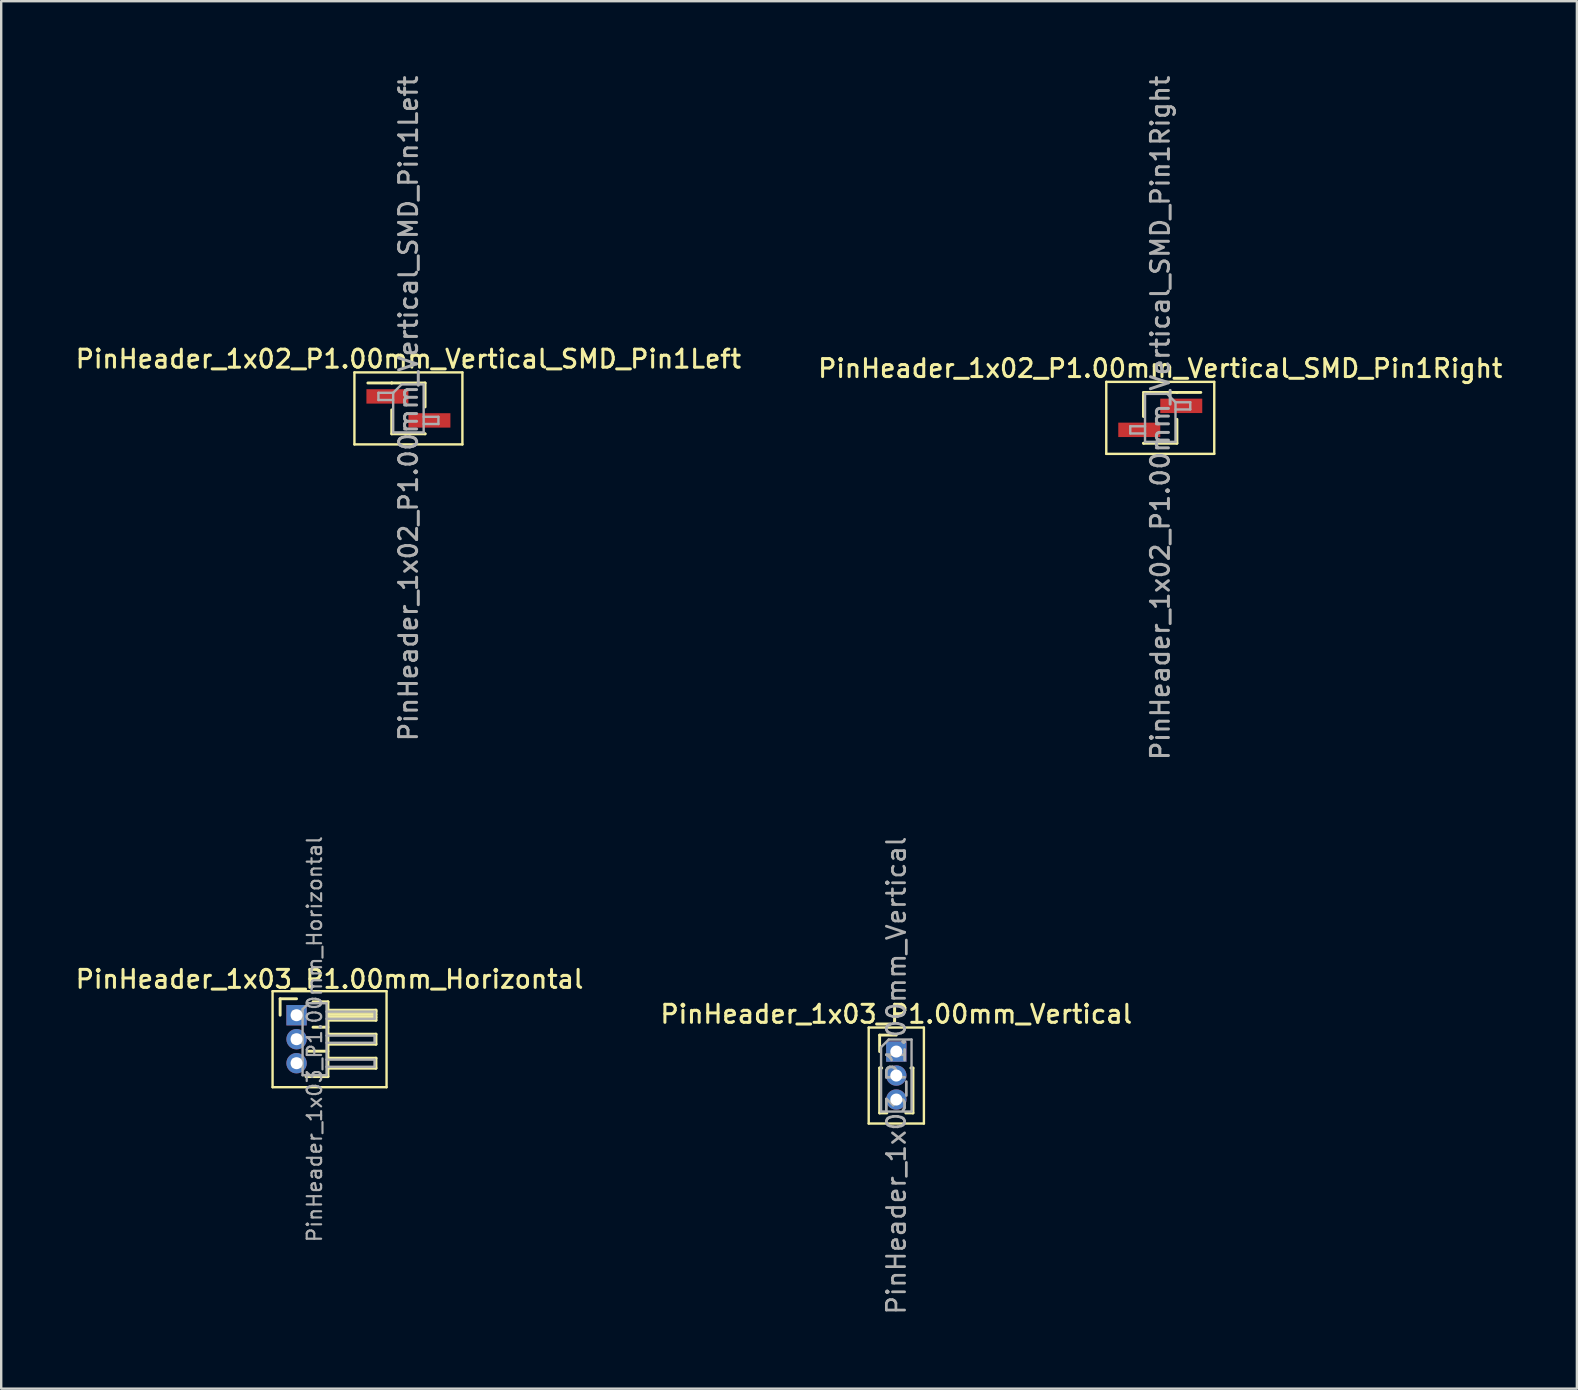
<source format=kicad_pcb>
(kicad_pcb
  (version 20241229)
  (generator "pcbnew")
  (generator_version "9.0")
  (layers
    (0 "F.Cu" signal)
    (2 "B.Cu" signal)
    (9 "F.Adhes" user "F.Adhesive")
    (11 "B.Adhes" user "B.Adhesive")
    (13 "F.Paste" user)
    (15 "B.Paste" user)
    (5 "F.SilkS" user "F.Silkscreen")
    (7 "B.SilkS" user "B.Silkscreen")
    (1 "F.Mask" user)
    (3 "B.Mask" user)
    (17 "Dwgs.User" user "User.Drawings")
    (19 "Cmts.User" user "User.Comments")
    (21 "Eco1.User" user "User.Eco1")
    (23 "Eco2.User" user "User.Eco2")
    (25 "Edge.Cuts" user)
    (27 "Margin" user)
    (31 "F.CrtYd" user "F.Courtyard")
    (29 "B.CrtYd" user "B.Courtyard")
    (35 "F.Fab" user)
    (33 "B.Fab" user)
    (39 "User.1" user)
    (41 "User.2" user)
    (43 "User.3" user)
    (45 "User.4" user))
  (footprint "PinHeader_1x03_P1.00mm_Horizontal"
    (layer "F.Cu")
    (at 9.309 39.257)
    (property "Reference" "PinHeader_1x03_P1.00mm_Horizontal" (at 1.375 -1.5 0) (layer "F.SilkS") (effects (font (size 0.75 0.75) (thickness 0.125))))
    (attr through_hole)
    (fp_line (start -1 -1) (end -1 3) (stroke (width 0.1) (type solid)) (layer "F.SilkS"))
    (fp_line (start -1 3) (end 3.75 3) (stroke (width 0.1) (type solid)) (layer "F.SilkS"))
    (fp_line (start -0.685 -0.685) (end 0 -0.685) (stroke (width 0.12) (type solid)) (layer "F.SilkS"))
    (fp_line (start -0.685 0) (end -0.685 -0.685) (stroke (width 0.12) (type solid)) (layer "F.SilkS"))
    (fp_line (start 0.468 1.5) (end 1.31 1.5) (stroke (width 0.12) (type solid)) (layer "F.SilkS"))
    (fp_line (start 0.685 -0.56) (end 1.31 -0.56) (stroke (width 0.12) (type solid)) (layer "F.SilkS"))
    (fp_line (start 0.685 0.5) (end 1.31 0.5) (stroke (width 0.12) (type solid)) (layer "F.SilkS"))
    (fp_line (start 1.31 -0.56) (end 1.31 2.56) (stroke (width 0.12) (type solid)) (layer "F.SilkS"))
    (fp_line (start 1.31 -0.21) (end 3.31 -0.21) (stroke (width 0.12) (type solid)) (layer "F.SilkS"))
    (fp_line (start 1.31 -0.15) (end 3.31 -0.15) (stroke (width 0.12) (type solid)) (layer "F.SilkS"))
    (fp_line (start 1.31 -0.03) (end 3.31 -0.03) (stroke (width 0.12) (type solid)) (layer "F.SilkS"))
    (fp_line (start 1.31 0.09) (end 3.31 0.09) (stroke (width 0.12) (type solid)) (layer "F.SilkS"))
    (fp_line (start 1.31 0.79) (end 3.31 0.79) (stroke (width 0.12) (type solid)) (layer "F.SilkS"))
    (fp_line (start 1.31 1.79) (end 3.31 1.79) (stroke (width 0.12) (type solid)) (layer "F.SilkS"))
    (fp_line (start 1.31 2.56) (end 0.394 2.56) (stroke (width 0.12) (type solid)) (layer "F.SilkS"))
    (fp_line (start 3.31 -0.21) (end 3.31 0.21) (stroke (width 0.12) (type solid)) (layer "F.SilkS"))
    (fp_line (start 3.31 0.21) (end 1.31 0.21) (stroke (width 0.12) (type solid)) (layer "F.SilkS"))
    (fp_line (start 3.31 0.79) (end 3.31 1.21) (stroke (width 0.12) (type solid)) (layer "F.SilkS"))
    (fp_line (start 3.31 1.21) (end 1.31 1.21) (stroke (width 0.12) (type solid)) (layer "F.SilkS"))
    (fp_line (start 3.31 1.79) (end 3.31 2.21) (stroke (width 0.12) (type solid)) (layer "F.SilkS"))
    (fp_line (start 3.31 2.21) (end 1.31 2.21) (stroke (width 0.12) (type solid)) (layer "F.SilkS"))
    (fp_line (start 3.75 -1) (end -1 -1) (stroke (width 0.1) (type solid)) (layer "F.SilkS"))
    (fp_line (start 3.75 3) (end 3.75 -1) (stroke (width 0.1) (type solid)) (layer "F.SilkS"))
    (fp_line (start -0.15 -0.15) (end -0.15 0.15) (stroke (width 0.1) (type solid)) (layer "F.Fab"))
    (fp_line (start -0.15 -0.15) (end 0.25 -0.15) (stroke (width 0.1) (type solid)) (layer "F.Fab"))
    (fp_line (start -0.15 0.15) (end 0.25 0.15) (stroke (width 0.1) (type solid)) (layer "F.Fab"))
    (fp_line (start -0.15 0.85) (end -0.15 1.15) (stroke (width 0.1) (type solid)) (layer "F.Fab"))
    (fp_line (start -0.15 0.85) (end 0.25 0.85) (stroke (width 0.1) (type solid)) (layer "F.Fab"))
    (fp_line (start -0.15 1.15) (end 0.25 1.15) (stroke (width 0.1) (type solid)) (layer "F.Fab"))
    (fp_line (start -0.15 1.85) (end -0.15 2.15) (stroke (width 0.1) (type solid)) (layer "F.Fab"))
    (fp_line (start -0.15 1.85) (end 0.25 1.85) (stroke (width 0.1) (type solid)) (layer "F.Fab"))
    (fp_line (start -0.15 2.15) (end 0.25 2.15) (stroke (width 0.1) (type solid)) (layer "F.Fab"))
    (fp_line (start 0.25 -0.25) (end 0.5 -0.5) (stroke (width 0.1) (type solid)) (layer "F.Fab"))
    (fp_line (start 0.25 2.5) (end 0.25 -0.25) (stroke (width 0.1) (type solid)) (layer "F.Fab"))
    (fp_line (start 0.5 -0.5) (end 1.25 -0.5) (stroke (width 0.1) (type solid)) (layer "F.Fab"))
    (fp_line (start 1.25 -0.5) (end 1.25 2.5) (stroke (width 0.1) (type solid)) (layer "F.Fab"))
    (fp_line (start 1.25 -0.15) (end 3.25 -0.15) (stroke (width 0.1) (type solid)) (layer "F.Fab"))
    (fp_line (start 1.25 0.15) (end 3.25 0.15) (stroke (width 0.1) (type solid)) (layer "F.Fab"))
    (fp_line (start 1.25 0.85) (end 3.25 0.85) (stroke (width 0.1) (type solid)) (layer "F.Fab"))
    (fp_line (start 1.25 1.15) (end 3.25 1.15) (stroke (width 0.1) (type solid)) (layer "F.Fab"))
    (fp_line (start 1.25 1.85) (end 3.25 1.85) (stroke (width 0.1) (type solid)) (layer "F.Fab"))
    (fp_line (start 1.25 2.15) (end 3.25 2.15) (stroke (width 0.1) (type solid)) (layer "F.Fab"))
    (fp_line (start 1.25 2.5) (end 0.25 2.5) (stroke (width 0.1) (type solid)) (layer "F.Fab"))
    (fp_line (start 3.25 -0.15) (end 3.25 0.15) (stroke (width 0.1) (type solid)) (layer "F.Fab"))
    (fp_line (start 3.25 0.85) (end 3.25 1.15) (stroke (width 0.1) (type solid)) (layer "F.Fab"))
    (fp_line (start 3.25 1.85) (end 3.25 2.15) (stroke (width 0.1) (type solid)) (layer "F.Fab"))
    (fp_text user "${REFERENCE}" (at 0.75 1 90) (layer "F.Fab") (effects (font (size 0.6 0.6) (thickness 0.09))))
    (pad "1" thru_hole rect (at 0 0) (size 0.85 0.85) (drill 0.5) (layers "*.Cu" "*.Mask"))
    (pad "2" thru_hole oval (at 0 1) (size 0.85 0.85) (drill 0.5) (layers "*.Cu" "*.Mask"))
    (pad "3" thru_hole oval (at 0 2) (size 0.85 0.85) (drill 0.5) (layers "*.Cu" "*.Mask")))
  (footprint "PinHeader_1x02_P1.00mm_Vertical_SMD_Pin1Left"
    (layer "F.Cu")
    (at 13.97 13.97)
    (property "Reference" "PinHeader_1x02_P1.00mm_Vertical_SMD_Pin1Left" (at 0 -2.06 0) (layer "F.SilkS") (effects (font (size 0.75 0.75) (thickness 0.125))))
    (attr smd)
    (fp_line (start -2.25 -1.5) (end -2.25 1.5) (stroke (width 0.1) (type solid)) (layer "F.SilkS"))
    (fp_line (start -2.25 1.5) (end 2.25 1.5) (stroke (width 0.1) (type solid)) (layer "F.SilkS"))
    (fp_line (start -0.695 -1.06) (end -1.69 -1.06) (stroke (width 0.12) (type solid)) (layer "F.SilkS"))
    (fp_line (start -0.695 -1.06) (end -0.695 -1.06) (stroke (width 0.12) (type solid)) (layer "F.SilkS"))
    (fp_line (start -0.695 -1.06) (end 0.695 -1.06) (stroke (width 0.12) (type solid)) (layer "F.SilkS"))
    (fp_line (start -0.695 0.06) (end -0.695 1.06) (stroke (width 0.12) (type solid)) (layer "F.SilkS"))
    (fp_line (start -0.695 1.06) (end 0.695 1.06) (stroke (width 0.12) (type solid)) (layer "F.SilkS"))
    (fp_line (start 0.695 -1.06) (end 0.695 -0.06) (stroke (width 0.12) (type solid)) (layer "F.SilkS"))
    (fp_line (start 0.695 1.06) (end 0.695 1.06) (stroke (width 0.12) (type solid)) (layer "F.SilkS"))
    (fp_line (start 2.25 -1.5) (end -2.25 -1.5) (stroke (width 0.1) (type solid)) (layer "F.SilkS"))
    (fp_line (start 2.25 1.5) (end 2.25 -1.5) (stroke (width 0.1) (type solid)) (layer "F.SilkS"))
    (fp_line (start -1.25 -0.65) (end -1.25 -0.35) (stroke (width 0.1) (type solid)) (layer "F.Fab"))
    (fp_line (start -1.25 -0.35) (end -0.635 -0.35) (stroke (width 0.1) (type solid)) (layer "F.Fab"))
    (fp_line (start -0.635 -0.65) (end -1.25 -0.65) (stroke (width 0.1) (type solid)) (layer "F.Fab"))
    (fp_line (start -0.635 -0.65) (end -0.285 -1) (stroke (width 0.1) (type solid)) (layer "F.Fab"))
    (fp_line (start -0.635 1) (end -0.635 -0.65) (stroke (width 0.1) (type solid)) (layer "F.Fab"))
    (fp_line (start -0.285 -1) (end 0.635 -1) (stroke (width 0.1) (type solid)) (layer "F.Fab"))
    (fp_line (start 0.635 -1) (end 0.635 1) (stroke (width 0.1) (type solid)) (layer "F.Fab"))
    (fp_line (start 0.635 0.35) (end 1.25 0.35) (stroke (width 0.1) (type solid)) (layer "F.Fab"))
    (fp_line (start 0.635 1) (end -0.635 1) (stroke (width 0.1) (type solid)) (layer "F.Fab"))
    (fp_line (start 1.25 0.35) (end 1.25 0.65) (stroke (width 0.1) (type solid)) (layer "F.Fab"))
    (fp_line (start 1.25 0.65) (end 0.635 0.65) (stroke (width 0.1) (type solid)) (layer "F.Fab"))
    (fp_text user "${REFERENCE}" (at 0 0 90) (layer "F.Fab") (effects (font (size 0.75 0.75) (thickness 0.125))))
    (pad "1" smd rect (at -0.875 -0.5) (size 1.75 0.6) (layers "F.Cu" "F.Mask" "F.Paste"))
    (pad "2" smd rect (at 0.875 0.5) (size 1.75 0.6) (layers "F.Cu" "F.Mask" "F.Paste")))
  (footprint "PinHeader_1x03_P1.00mm_Vertical"
    (layer "F.Cu")
    (at 34.302 40.772)
    (property "Reference" "PinHeader_1x03_P1.00mm_Vertical" (at 0 -1.56 0) (layer "F.SilkS") (effects (font (size 0.75 0.75) (thickness 0.125))))
    (attr through_hole)
    (fp_line (start -1.15 -1) (end -1.15 3) (stroke (width 0.1) (type solid)) (layer "F.SilkS"))
    (fp_line (start -1.15 3) (end 1.15 3) (stroke (width 0.1) (type solid)) (layer "F.SilkS"))
    (fp_line (start -0.695 -0.685) (end 0 -0.685) (stroke (width 0.12) (type solid)) (layer "F.SilkS"))
    (fp_line (start -0.695 0) (end -0.695 -0.685) (stroke (width 0.12) (type solid)) (layer "F.SilkS"))
    (fp_line (start -0.695 0.685) (end -0.695 2.56) (stroke (width 0.12) (type solid)) (layer "F.SilkS"))
    (fp_line (start -0.695 0.685) (end -0.608 0.685) (stroke (width 0.12) (type solid)) (layer "F.SilkS"))
    (fp_line (start -0.695 2.56) (end -0.394 2.56) (stroke (width 0.12) (type solid)) (layer "F.SilkS"))
    (fp_line (start 0.394 2.56) (end 0.695 2.56) (stroke (width 0.12) (type solid)) (layer "F.SilkS"))
    (fp_line (start 0.608 0.685) (end 0.695 0.685) (stroke (width 0.12) (type solid)) (layer "F.SilkS"))
    (fp_line (start 0.695 0.685) (end 0.695 2.56) (stroke (width 0.12) (type solid)) (layer "F.SilkS"))
    (fp_line (start 1.15 -1) (end -1.15 -1) (stroke (width 0.1) (type solid)) (layer "F.SilkS"))
    (fp_line (start 1.15 3) (end 1.15 -1) (stroke (width 0.1) (type solid)) (layer "F.SilkS"))
    (fp_line (start -0.635 -0.182) (end -0.318 -0.5) (stroke (width 0.1) (type solid)) (layer "F.Fab"))
    (fp_line (start -0.635 2.5) (end -0.635 -0.182) (stroke (width 0.1) (type solid)) (layer "F.Fab"))
    (fp_line (start -0.318 -0.5) (end 0.635 -0.5) (stroke (width 0.1) (type solid)) (layer "F.Fab"))
    (fp_line (start 0.635 -0.5) (end 0.635 2.5) (stroke (width 0.1) (type solid)) (layer "F.Fab"))
    (fp_line (start 0.635 2.5) (end -0.635 2.5) (stroke (width 0.1) (type solid)) (layer "F.Fab"))
    (fp_text user "${REFERENCE}" (at 0 1 90) (layer "F.Fab") (effects (font (size 0.76 0.76) (thickness 0.114))))
    (pad "1" thru_hole rect (at 0 0) (size 0.85 0.85) (drill 0.5) (layers "*.Cu" "*.Mask"))
    (pad "2" thru_hole oval (at 0 1) (size 0.85 0.85) (drill 0.5) (layers "*.Cu" "*.Mask"))
    (pad "3" thru_hole oval (at 0 2) (size 0.85 0.85) (drill 0.5) (layers "*.Cu" "*.Mask")))
  (footprint "PinHeader_1x02_P1.00mm_Vertical_SMD_Pin1Right"
    (layer "F.Cu")
    (at 45.302 14.363)
    (property "Reference" "PinHeader_1x02_P1.00mm_Vertical_SMD_Pin1Right" (at 0 -2.06 0) (layer "F.SilkS") (effects (font (size 0.75 0.75) (thickness 0.125))))
    (attr smd)
    (fp_line (start -2.25 -1.5) (end -2.25 1.5) (stroke (width 0.1) (type solid)) (layer "F.SilkS"))
    (fp_line (start -2.25 1.5) (end 2.25 1.5) (stroke (width 0.1) (type solid)) (layer "F.SilkS"))
    (fp_line (start -0.695 -1.06) (end -0.695 -0.06) (stroke (width 0.12) (type solid)) (layer "F.SilkS"))
    (fp_line (start -0.695 -1.06) (end 0.695 -1.06) (stroke (width 0.12) (type solid)) (layer "F.SilkS"))
    (fp_line (start -0.695 -0.94) (end -0.695 -0.06) (stroke (width 0.12) (type solid)) (layer "F.SilkS"))
    (fp_line (start -0.695 1.06) (end -0.695 1.06) (stroke (width 0.12) (type solid)) (layer "F.SilkS"))
    (fp_line (start -0.695 1.06) (end 0.695 1.06) (stroke (width 0.12) (type solid)) (layer "F.SilkS"))
    (fp_line (start 0.695 -1.06) (end 0.695 -1.06) (stroke (width 0.12) (type solid)) (layer "F.SilkS"))
    (fp_line (start 0.695 -1.06) (end 1.69 -1.06) (stroke (width 0.12) (type solid)) (layer "F.SilkS"))
    (fp_line (start 0.695 0.06) (end 0.695 1.06) (stroke (width 0.12) (type solid)) (layer "F.SilkS"))
    (fp_line (start 2.25 -1.5) (end -2.25 -1.5) (stroke (width 0.1) (type solid)) (layer "F.SilkS"))
    (fp_line (start 2.25 1.5) (end 2.25 -1.5) (stroke (width 0.1) (type solid)) (layer "F.SilkS"))
    (fp_line (start -1.25 0.35) (end -1.25 0.65) (stroke (width 0.1) (type solid)) (layer "F.Fab"))
    (fp_line (start -1.25 0.65) (end -0.635 0.65) (stroke (width 0.1) (type solid)) (layer "F.Fab"))
    (fp_line (start -0.635 -1) (end -0.635 1) (stroke (width 0.1) (type solid)) (layer "F.Fab"))
    (fp_line (start -0.635 -1) (end 0.285 -1) (stroke (width 0.1) (type solid)) (layer "F.Fab"))
    (fp_line (start -0.635 0.35) (end -1.25 0.35) (stroke (width 0.1) (type solid)) (layer "F.Fab"))
    (fp_line (start 0.635 -0.65) (end 0.285 -1) (stroke (width 0.1) (type solid)) (layer "F.Fab"))
    (fp_line (start 0.635 -0.65) (end 1.25 -0.65) (stroke (width 0.1) (type solid)) (layer "F.Fab"))
    (fp_line (start 0.635 1) (end -0.635 1) (stroke (width 0.1) (type solid)) (layer "F.Fab"))
    (fp_line (start 0.635 1) (end 0.635 -0.65) (stroke (width 0.1) (type solid)) (layer "F.Fab"))
    (fp_line (start 1.25 -0.65) (end 1.25 -0.35) (stroke (width 0.1) (type solid)) (layer "F.Fab"))
    (fp_line (start 1.25 -0.35) (end 0.635 -0.35) (stroke (width 0.1) (type solid)) (layer "F.Fab"))
    (fp_text user "${REFERENCE}" (at 0 0 90) (layer "F.Fab") (effects (font (size 0.75 0.75) (thickness 0.125))))
    (pad "1" smd rect (at 0.875 -0.5) (size 1.75 0.6) (layers "F.Cu" "F.Mask" "F.Paste"))
    (pad "2" smd rect (at -0.875 0.5) (size 1.75 0.6) (layers "F.Cu" "F.Mask" "F.Paste")))
  (gr_rect
    (start -3 -3)
    (end 62.664 54.82)
    (stroke (width 0.1) (type default))
    (fill no)
    (layer "Edge.Cuts")))
</source>
